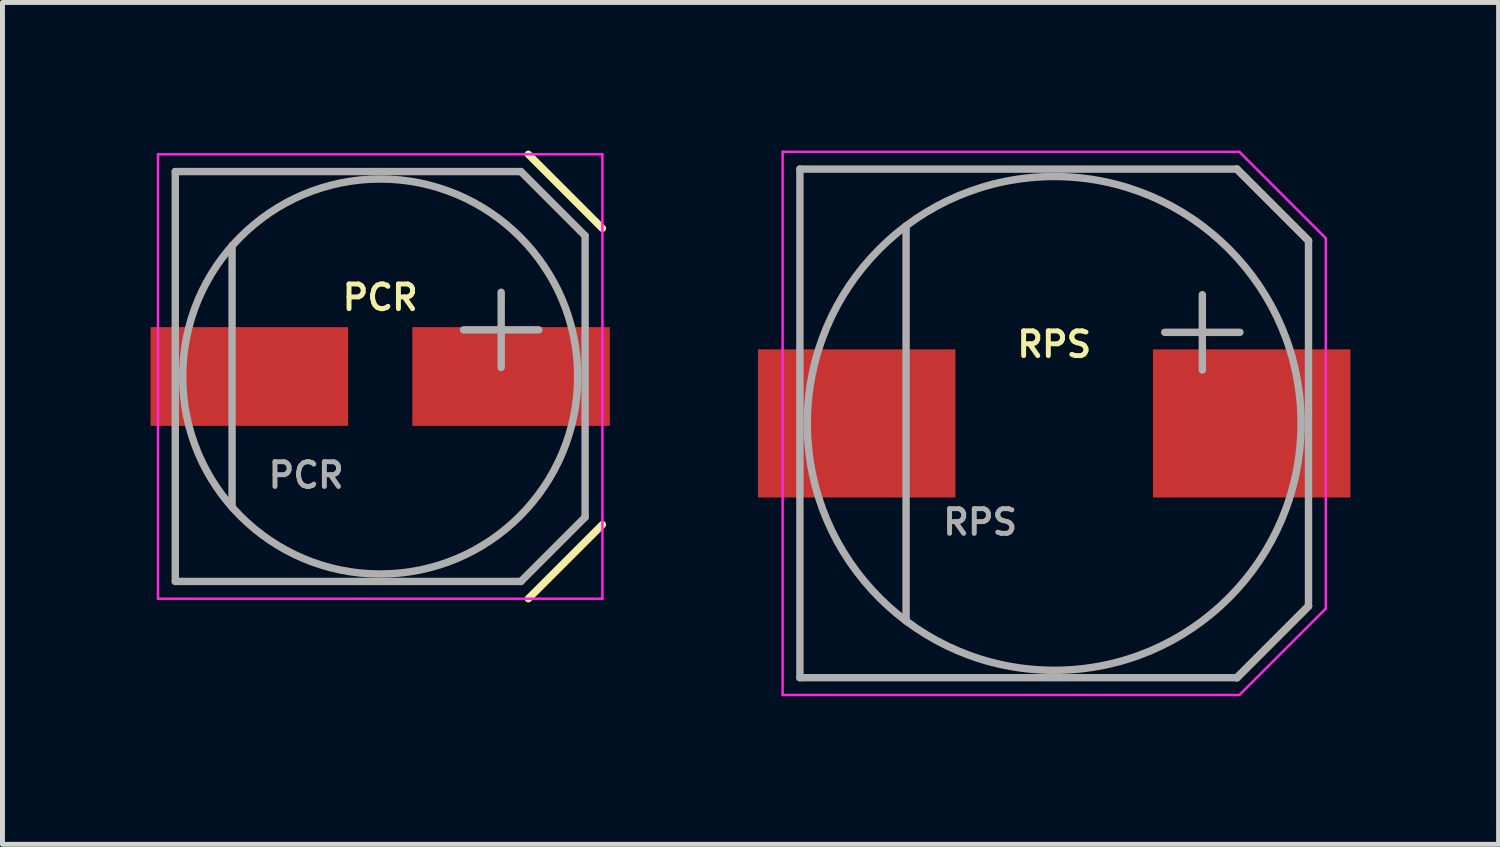
<source format=kicad_pcb>
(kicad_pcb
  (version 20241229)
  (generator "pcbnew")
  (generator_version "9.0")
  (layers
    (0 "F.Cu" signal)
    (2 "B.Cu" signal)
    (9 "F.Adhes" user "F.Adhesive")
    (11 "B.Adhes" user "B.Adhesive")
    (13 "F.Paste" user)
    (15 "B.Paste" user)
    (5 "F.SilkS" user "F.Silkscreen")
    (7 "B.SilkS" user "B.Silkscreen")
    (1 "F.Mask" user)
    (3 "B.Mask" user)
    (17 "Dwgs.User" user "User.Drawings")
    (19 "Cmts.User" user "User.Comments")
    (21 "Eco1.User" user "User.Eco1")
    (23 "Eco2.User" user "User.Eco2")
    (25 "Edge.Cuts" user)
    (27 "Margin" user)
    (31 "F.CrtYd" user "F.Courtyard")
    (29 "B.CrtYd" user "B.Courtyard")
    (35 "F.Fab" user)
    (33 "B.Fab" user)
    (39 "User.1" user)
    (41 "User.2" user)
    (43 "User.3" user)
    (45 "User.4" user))
  (footprint "PCR"
    (layer "F.Cu")
    (at 4.65 4.575)
    (property "Reference" "PCR" (at 0 -1.6 0) (layer "F.SilkS") (effects (font (size 0.5 0.5) (thickness 0.1))))
    (attr smd)
    (fp_line (start 3 -4.5) (end 4.5 -3) (stroke (width 0.15) (type solid)) (layer "F.SilkS"))
    (fp_line (start 4.5 -3) (end 4.5 -3) (stroke (width 0.05) (type solid)) (layer "F.SilkS"))
    (fp_line (start 4.5 3) (end 3 4.5) (stroke (width 0.15) (type solid)) (layer "F.SilkS"))
    (fp_line (start -4.5 -4.5) (end -4.5 4.5) (stroke (width 0.05) (type solid)) (layer "F.CrtYd"))
    (fp_line (start -4.5 -4.5) (end 4.5 -4.5) (stroke (width 0.05) (type solid)) (layer "F.CrtYd"))
    (fp_line (start -4.5 4.5) (end 4.5 4.5) (stroke (width 0.05) (type solid)) (layer "F.CrtYd"))
    (fp_line (start 4.5 -4.5) (end 4.5 4.5) (stroke (width 0.05) (type solid)) (layer "F.CrtYd"))
    (fp_line (start -4.15 -4.15) (end -4.15 4.15) (stroke (width 0.15) (type solid)) (layer "F.Fab"))
    (fp_line (start -4.15 4.15) (end 2.85 4.15) (stroke (width 0.15) (type solid)) (layer "F.Fab"))
    (fp_line (start -3 -2.65) (end -3 2.65) (stroke (width 0.15) (type solid)) (layer "F.Fab"))
    (fp_line (start 2.85 -4.15) (end -4.15 -4.15) (stroke (width 0.15) (type solid)) (layer "F.Fab"))
    (fp_line (start 2.85 -4.15) (end 4.15 -2.85) (stroke (width 0.15) (type solid)) (layer "F.Fab"))
    (fp_line (start 4.15 2.85) (end 2.85 4.15) (stroke (width 0.15) (type solid)) (layer "F.Fab"))
    (fp_line (start 4.15 2.85) (end 4.15 -2.85) (stroke (width 0.15) (type solid)) (layer "F.Fab"))
    (fp_circle (center 0 0) (end 4 0) (stroke (width 0.15) (type solid)) (fill no) (layer "F.Fab"))
    (fp_text user "+" (at 2.45 -1.1 0) (layer "F.Fab") (effects (font (size 2 2) (thickness 0.15))))
    (fp_text user "${REFERENCE}" (at -1.5 2 0) (layer "F.Fab") (effects (font (size 0.5 0.5) (thickness 0.1))))
    (pad "A" smd rect (at 2.65 0) (size 4 2) (layers "F.Cu" "F.Mask" "F.Paste"))
    (pad "C" smd rect (at -2.65 0) (size 4 2) (layers "F.Cu" "F.Mask" "F.Paste")))
  (footprint "RPS"
    (layer "F.Cu")
    (at 18.3 5.525)
    (property "Reference" "RPS" (at 0 -1.6 0) (layer "F.SilkS") (effects (font (size 0.5 0.5) (thickness 0.1))))
    (attr smd)
    (fp_line (start 3.7 -5.15) (end 5.15 -3.7) (stroke (width 0.15) (type solid)) (layer "F.SilkS"))
    (fp_line (start 5.15 3.7) (end 3.7 5.15) (stroke (width 0.15) (type solid)) (layer "F.SilkS"))
    (fp_line (start -5.5 -5.5) (end -5.5 5.5) (stroke (width 0.05) (type solid)) (layer "F.CrtYd"))
    (fp_line (start -5.5 -5.5) (end 3.75 -5.5) (stroke (width 0.05) (type solid)) (layer "F.CrtYd"))
    (fp_line (start -5.5 5.5) (end 3.75 5.5) (stroke (width 0.05) (type solid)) (layer "F.CrtYd"))
    (fp_line (start 3.75 -5.5) (end 5.5 -3.75) (stroke (width 0.05) (type solid)) (layer "F.CrtYd"))
    (fp_line (start 5.5 -3.75) (end 5.5 3.75) (stroke (width 0.05) (type solid)) (layer "F.CrtYd"))
    (fp_line (start 5.5 3.75) (end 3.75 5.5) (stroke (width 0.05) (type solid)) (layer "F.CrtYd"))
    (fp_line (start -5.15 -5.15) (end -5.15 5.15) (stroke (width 0.15) (type solid)) (layer "F.Fab"))
    (fp_line (start -5.15 5.15) (end 3.7 5.15) (stroke (width 0.15) (type solid)) (layer "F.Fab"))
    (fp_line (start -3 -4) (end -3 4) (stroke (width 0.15) (type solid)) (layer "F.Fab"))
    (fp_line (start 3.7 -5.15) (end -5.15 -5.15) (stroke (width 0.15) (type solid)) (layer "F.Fab"))
    (fp_line (start 3.7 -5.15) (end 5.15 -3.7) (stroke (width 0.15) (type solid)) (layer "F.Fab"))
    (fp_line (start 5.15 3.7) (end 3.7 5.15) (stroke (width 0.15) (type solid)) (layer "F.Fab"))
    (fp_line (start 5.15 3.7) (end 5.15 -3.7) (stroke (width 0.15) (type solid)) (layer "F.Fab"))
    (fp_circle (center 0 0) (end 5 0) (stroke (width 0.15) (type solid)) (fill no) (layer "F.Fab"))
    (fp_text user "+" (at 3 -2 0) (layer "F.Fab") (effects (font (size 2 2) (thickness 0.15))))
    (fp_text user "${REFERENCE}" (at -1.5 2 0) (layer "F.Fab") (effects (font (size 0.5 0.5) (thickness 0.1))))
    (pad "A" smd rect (at 4 0) (size 4 3) (layers "F.Cu" "F.Mask" "F.Paste"))
    (pad "C" smd rect (at -4 0) (size 4 3) (layers "F.Cu" "F.Mask" "F.Paste")))
  (gr_rect
    (start -3 -3)
    (end 27.3 14.05)
    (stroke (width 0.1) (type default))
    (fill no)
    (layer "Edge.Cuts")))
</source>
